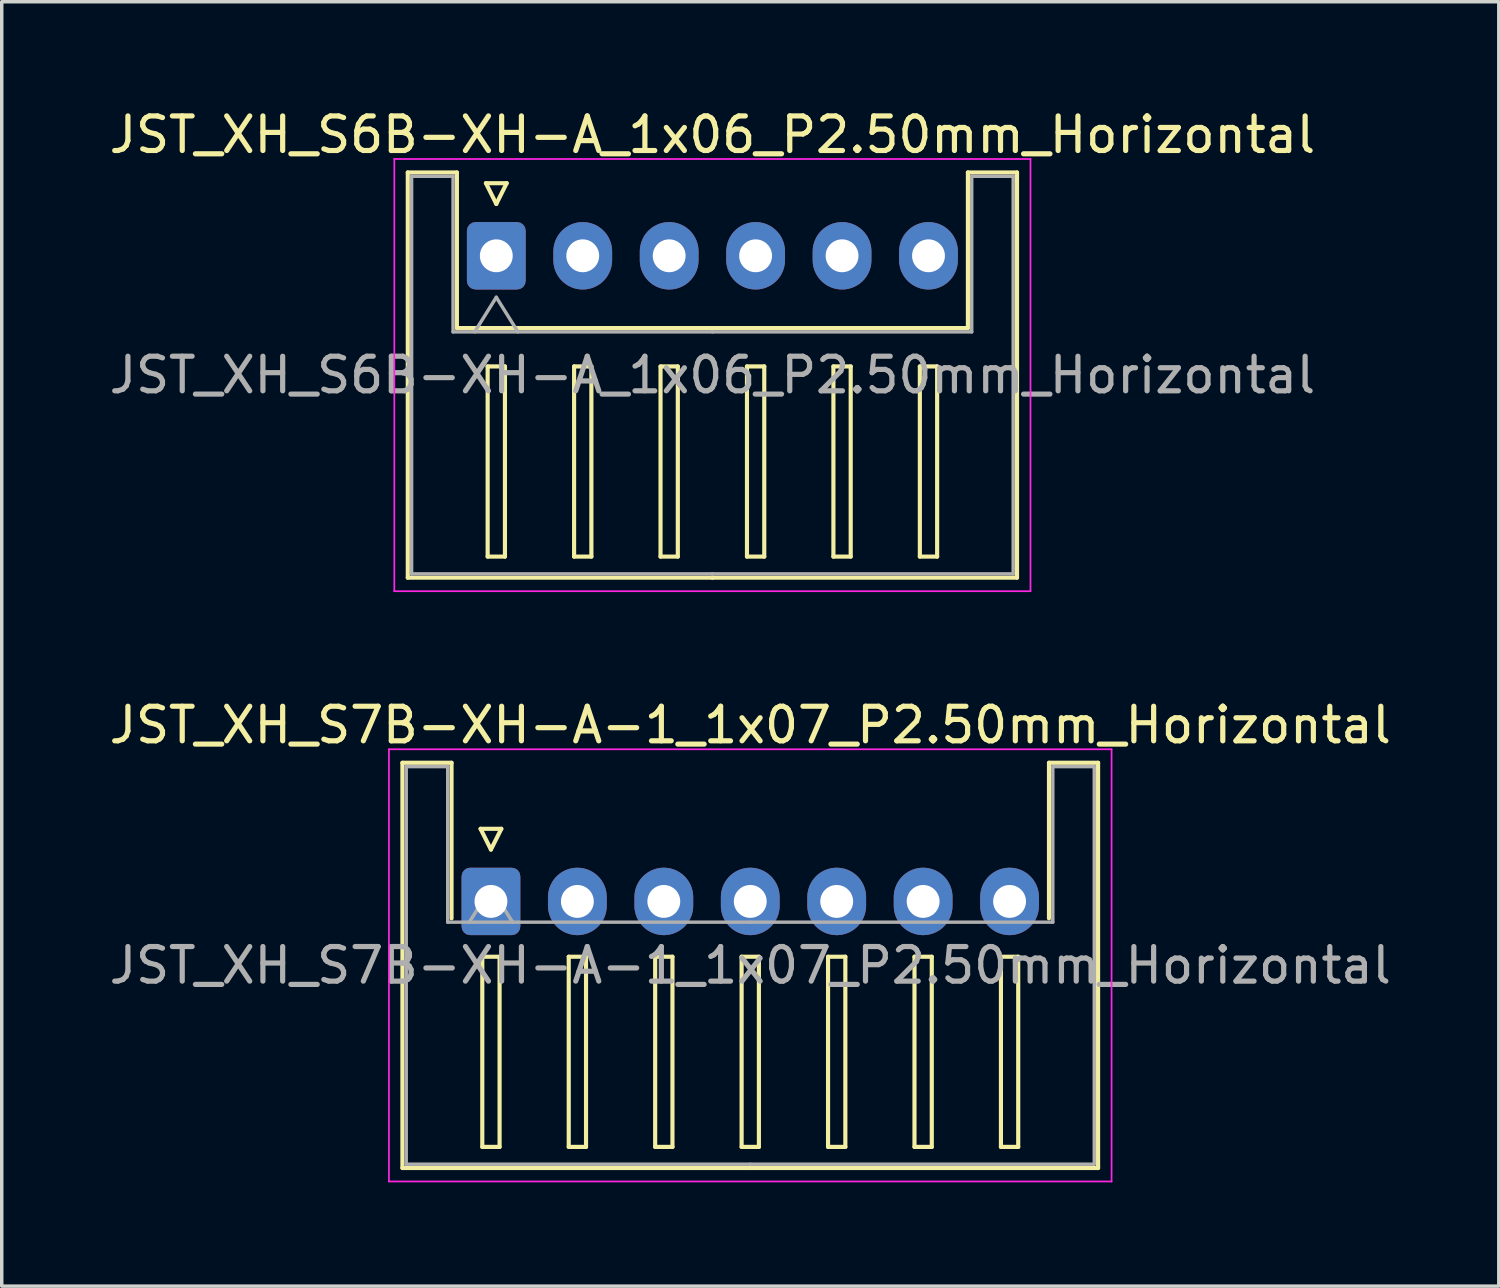
<source format=kicad_pcb>
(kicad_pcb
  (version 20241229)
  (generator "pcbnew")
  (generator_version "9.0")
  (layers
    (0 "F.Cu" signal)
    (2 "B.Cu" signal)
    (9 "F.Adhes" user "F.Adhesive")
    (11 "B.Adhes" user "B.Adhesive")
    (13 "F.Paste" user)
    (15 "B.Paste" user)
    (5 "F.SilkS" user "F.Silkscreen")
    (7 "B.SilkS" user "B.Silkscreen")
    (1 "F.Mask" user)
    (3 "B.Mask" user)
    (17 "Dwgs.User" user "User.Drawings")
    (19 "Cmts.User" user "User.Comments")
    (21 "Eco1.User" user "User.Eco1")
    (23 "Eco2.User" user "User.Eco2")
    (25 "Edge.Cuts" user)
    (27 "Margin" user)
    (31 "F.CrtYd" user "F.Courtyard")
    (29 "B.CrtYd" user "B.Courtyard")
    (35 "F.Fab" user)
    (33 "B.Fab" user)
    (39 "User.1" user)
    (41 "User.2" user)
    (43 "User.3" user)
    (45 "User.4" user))
  (footprint "JST_XH_S6B-XH-A_1x06_P2.50mm_Horizontal"
    (layer "F.Cu")
    (at 11.304 4.348)
    (property "Reference" "JST_XH_S6B-XH-A_1x06_P2.50mm_Horizontal" (at 6.25 -3.5 0) (layer "F.SilkS") (effects (font (size 1 1) (thickness 0.15))))
    (attr through_hole)
    (fp_line (start -2.56 -2.41) (end -1.14 -2.41) (stroke (width 0.12) (type solid)) (layer "F.SilkS"))
    (fp_line (start -2.56 9.31) (end -2.56 -2.41) (stroke (width 0.12) (type solid)) (layer "F.SilkS"))
    (fp_line (start -1.14 -2.41) (end -1.14 2.09) (stroke (width 0.12) (type solid)) (layer "F.SilkS"))
    (fp_line (start -1.14 2.09) (end 6.25 2.09) (stroke (width 0.12) (type solid)) (layer "F.SilkS"))
    (fp_line (start -0.3 -2.1) (end 0.3 -2.1) (stroke (width 0.12) (type solid)) (layer "F.SilkS"))
    (fp_line (start -0.25 3.2) (end -0.25 8.7) (stroke (width 0.12) (type solid)) (layer "F.SilkS"))
    (fp_line (start -0.25 8.7) (end 0.25 8.7) (stroke (width 0.12) (type solid)) (layer "F.SilkS"))
    (fp_line (start 0 -1.5) (end -0.3 -2.1) (stroke (width 0.12) (type solid)) (layer "F.SilkS"))
    (fp_line (start 0.25 3.2) (end -0.25 3.2) (stroke (width 0.12) (type solid)) (layer "F.SilkS"))
    (fp_line (start 0.25 8.7) (end 0.25 3.2) (stroke (width 0.12) (type solid)) (layer "F.SilkS"))
    (fp_line (start 0.3 -2.1) (end 0 -1.5) (stroke (width 0.12) (type solid)) (layer "F.SilkS"))
    (fp_line (start 2.25 3.2) (end 2.25 8.7) (stroke (width 0.12) (type solid)) (layer "F.SilkS"))
    (fp_line (start 2.25 8.7) (end 2.75 8.7) (stroke (width 0.12) (type solid)) (layer "F.SilkS"))
    (fp_line (start 2.75 3.2) (end 2.25 3.2) (stroke (width 0.12) (type solid)) (layer "F.SilkS"))
    (fp_line (start 2.75 8.7) (end 2.75 3.2) (stroke (width 0.12) (type solid)) (layer "F.SilkS"))
    (fp_line (start 4.75 3.2) (end 4.75 8.7) (stroke (width 0.12) (type solid)) (layer "F.SilkS"))
    (fp_line (start 4.75 8.7) (end 5.25 8.7) (stroke (width 0.12) (type solid)) (layer "F.SilkS"))
    (fp_line (start 5.25 3.2) (end 4.75 3.2) (stroke (width 0.12) (type solid)) (layer "F.SilkS"))
    (fp_line (start 5.25 8.7) (end 5.25 3.2) (stroke (width 0.12) (type solid)) (layer "F.SilkS"))
    (fp_line (start 6.25 9.31) (end -2.56 9.31) (stroke (width 0.12) (type solid)) (layer "F.SilkS"))
    (fp_line (start 6.25 9.31) (end 15.06 9.31) (stroke (width 0.12) (type solid)) (layer "F.SilkS"))
    (fp_line (start 7.25 3.2) (end 7.25 8.7) (stroke (width 0.12) (type solid)) (layer "F.SilkS"))
    (fp_line (start 7.25 8.7) (end 7.75 8.7) (stroke (width 0.12) (type solid)) (layer "F.SilkS"))
    (fp_line (start 7.75 3.2) (end 7.25 3.2) (stroke (width 0.12) (type solid)) (layer "F.SilkS"))
    (fp_line (start 7.75 8.7) (end 7.75 3.2) (stroke (width 0.12) (type solid)) (layer "F.SilkS"))
    (fp_line (start 9.75 3.2) (end 9.75 8.7) (stroke (width 0.12) (type solid)) (layer "F.SilkS"))
    (fp_line (start 9.75 8.7) (end 10.25 8.7) (stroke (width 0.12) (type solid)) (layer "F.SilkS"))
    (fp_line (start 10.25 3.2) (end 9.75 3.2) (stroke (width 0.12) (type solid)) (layer "F.SilkS"))
    (fp_line (start 10.25 8.7) (end 10.25 3.2) (stroke (width 0.12) (type solid)) (layer "F.SilkS"))
    (fp_line (start 12.25 3.2) (end 12.25 8.7) (stroke (width 0.12) (type solid)) (layer "F.SilkS"))
    (fp_line (start 12.25 8.7) (end 12.75 8.7) (stroke (width 0.12) (type solid)) (layer "F.SilkS"))
    (fp_line (start 12.75 3.2) (end 12.25 3.2) (stroke (width 0.12) (type solid)) (layer "F.SilkS"))
    (fp_line (start 12.75 8.7) (end 12.75 3.2) (stroke (width 0.12) (type solid)) (layer "F.SilkS"))
    (fp_line (start 13.64 -2.41) (end 13.64 2.09) (stroke (width 0.12) (type solid)) (layer "F.SilkS"))
    (fp_line (start 13.64 2.09) (end 6.25 2.09) (stroke (width 0.12) (type solid)) (layer "F.SilkS"))
    (fp_line (start 15.06 -2.41) (end 13.64 -2.41) (stroke (width 0.12) (type solid)) (layer "F.SilkS"))
    (fp_line (start 15.06 9.31) (end 15.06 -2.41) (stroke (width 0.12) (type solid)) (layer "F.SilkS"))
    (fp_line (start -2.95 -2.8) (end -2.95 9.7) (stroke (width 0.05) (type solid)) (layer "F.CrtYd"))
    (fp_line (start -2.95 9.7) (end 15.45 9.7) (stroke (width 0.05) (type solid)) (layer "F.CrtYd"))
    (fp_line (start 15.45 -2.8) (end -2.95 -2.8) (stroke (width 0.05) (type solid)) (layer "F.CrtYd"))
    (fp_line (start 15.45 9.7) (end 15.45 -2.8) (stroke (width 0.05) (type solid)) (layer "F.CrtYd"))
    (fp_line (start -2.45 -2.3) (end -1.25 -2.3) (stroke (width 0.1) (type solid)) (layer "F.Fab"))
    (fp_line (start -2.45 9.2) (end -2.45 -2.3) (stroke (width 0.1) (type solid)) (layer "F.Fab"))
    (fp_line (start -1.25 -2.3) (end -1.25 2.2) (stroke (width 0.1) (type solid)) (layer "F.Fab"))
    (fp_line (start -1.25 2.2) (end 6.25 2.2) (stroke (width 0.1) (type solid)) (layer "F.Fab"))
    (fp_line (start -0.625 2.2) (end 0 1.2) (stroke (width 0.1) (type solid)) (layer "F.Fab"))
    (fp_line (start 0 1.2) (end 0.625 2.2) (stroke (width 0.1) (type solid)) (layer "F.Fab"))
    (fp_line (start 6.25 9.2) (end -2.45 9.2) (stroke (width 0.1) (type solid)) (layer "F.Fab"))
    (fp_line (start 6.25 9.2) (end 14.95 9.2) (stroke (width 0.1) (type solid)) (layer "F.Fab"))
    (fp_line (start 13.75 -2.3) (end 13.75 2.2) (stroke (width 0.1) (type solid)) (layer "F.Fab"))
    (fp_line (start 13.75 2.2) (end 6.25 2.2) (stroke (width 0.1) (type solid)) (layer "F.Fab"))
    (fp_line (start 14.95 -2.3) (end 13.75 -2.3) (stroke (width 0.1) (type solid)) (layer "F.Fab"))
    (fp_line (start 14.95 9.2) (end 14.95 -2.3) (stroke (width 0.1) (type solid)) (layer "F.Fab"))
    (fp_text user "${REFERENCE}" (at 6.25 3.45 0) (layer "F.Fab") (effects (font (size 1 1) (thickness 0.15))))
    (pad "1" thru_hole roundrect (at 0 0) (size 1.7 1.95) (drill 0.95) (layers "*.Cu" "*.Mask") (roundrect_rratio 0.147))
    (pad "2" thru_hole oval (at 2.5 0) (size 1.7 1.95) (drill 0.95) (layers "*.Cu" "*.Mask"))
    (pad "3" thru_hole oval (at 5 0) (size 1.7 1.95) (drill 0.95) (layers "*.Cu" "*.Mask"))
    (pad "4" thru_hole oval (at 7.5 0) (size 1.7 1.95) (drill 0.95) (layers "*.Cu" "*.Mask"))
    (pad "5" thru_hole oval (at 10 0) (size 1.7 1.95) (drill 0.95) (layers "*.Cu" "*.Mask"))
    (pad "6" thru_hole oval (at 12.5 0) (size 1.7 1.95) (drill 0.95) (layers "*.Cu" "*.Mask")))
  (footprint "JST_XH_S7B-XH-A-1_1x07_P2.50mm_Horizontal"
    (layer "F.Cu")
    (at 11.149 23.021)
    (property "Reference" "JST_XH_S7B-XH-A-1_1x07_P2.50mm_Horizontal" (at 7.5 -5.1 0) (layer "F.SilkS") (effects (font (size 1 1) (thickness 0.15))))
    (attr through_hole)
    (fp_line (start -2.56 -4.01) (end -1.14 -4.01) (stroke (width 0.12) (type solid)) (layer "F.SilkS"))
    (fp_line (start -2.56 7.71) (end -2.56 -4.01) (stroke (width 0.12) (type solid)) (layer "F.SilkS"))
    (fp_line (start -1.14 -4.01) (end -1.14 0.49) (stroke (width 0.12) (type solid)) (layer "F.SilkS"))
    (fp_line (start -0.3 -2.1) (end 0.3 -2.1) (stroke (width 0.12) (type solid)) (layer "F.SilkS"))
    (fp_line (start -0.25 1.6) (end -0.25 7.1) (stroke (width 0.12) (type solid)) (layer "F.SilkS"))
    (fp_line (start -0.25 7.1) (end 0.25 7.1) (stroke (width 0.12) (type solid)) (layer "F.SilkS"))
    (fp_line (start 0 -1.5) (end -0.3 -2.1) (stroke (width 0.12) (type solid)) (layer "F.SilkS"))
    (fp_line (start 0.25 1.6) (end -0.25 1.6) (stroke (width 0.12) (type solid)) (layer "F.SilkS"))
    (fp_line (start 0.25 7.1) (end 0.25 1.6) (stroke (width 0.12) (type solid)) (layer "F.SilkS"))
    (fp_line (start 0.3 -2.1) (end 0 -1.5) (stroke (width 0.12) (type solid)) (layer "F.SilkS"))
    (fp_line (start 2.25 1.6) (end 2.25 7.1) (stroke (width 0.12) (type solid)) (layer "F.SilkS"))
    (fp_line (start 2.25 7.1) (end 2.75 7.1) (stroke (width 0.12) (type solid)) (layer "F.SilkS"))
    (fp_line (start 2.75 1.6) (end 2.25 1.6) (stroke (width 0.12) (type solid)) (layer "F.SilkS"))
    (fp_line (start 2.75 7.1) (end 2.75 1.6) (stroke (width 0.12) (type solid)) (layer "F.SilkS"))
    (fp_line (start 4.75 1.6) (end 4.75 7.1) (stroke (width 0.12) (type solid)) (layer "F.SilkS"))
    (fp_line (start 4.75 7.1) (end 5.25 7.1) (stroke (width 0.12) (type solid)) (layer "F.SilkS"))
    (fp_line (start 5.25 1.6) (end 4.75 1.6) (stroke (width 0.12) (type solid)) (layer "F.SilkS"))
    (fp_line (start 5.25 7.1) (end 5.25 1.6) (stroke (width 0.12) (type solid)) (layer "F.SilkS"))
    (fp_line (start 7.25 1.6) (end 7.25 7.1) (stroke (width 0.12) (type solid)) (layer "F.SilkS"))
    (fp_line (start 7.25 7.1) (end 7.75 7.1) (stroke (width 0.12) (type solid)) (layer "F.SilkS"))
    (fp_line (start 7.5 7.71) (end -2.56 7.71) (stroke (width 0.12) (type solid)) (layer "F.SilkS"))
    (fp_line (start 7.5 7.71) (end 17.56 7.71) (stroke (width 0.12) (type solid)) (layer "F.SilkS"))
    (fp_line (start 7.75 1.6) (end 7.25 1.6) (stroke (width 0.12) (type solid)) (layer "F.SilkS"))
    (fp_line (start 7.75 7.1) (end 7.75 1.6) (stroke (width 0.12) (type solid)) (layer "F.SilkS"))
    (fp_line (start 9.75 1.6) (end 9.75 7.1) (stroke (width 0.12) (type solid)) (layer "F.SilkS"))
    (fp_line (start 9.75 7.1) (end 10.25 7.1) (stroke (width 0.12) (type solid)) (layer "F.SilkS"))
    (fp_line (start 10.25 1.6) (end 9.75 1.6) (stroke (width 0.12) (type solid)) (layer "F.SilkS"))
    (fp_line (start 10.25 7.1) (end 10.25 1.6) (stroke (width 0.12) (type solid)) (layer "F.SilkS"))
    (fp_line (start 12.25 1.6) (end 12.25 7.1) (stroke (width 0.12) (type solid)) (layer "F.SilkS"))
    (fp_line (start 12.25 7.1) (end 12.75 7.1) (stroke (width 0.12) (type solid)) (layer "F.SilkS"))
    (fp_line (start 12.75 1.6) (end 12.25 1.6) (stroke (width 0.12) (type solid)) (layer "F.SilkS"))
    (fp_line (start 12.75 7.1) (end 12.75 1.6) (stroke (width 0.12) (type solid)) (layer "F.SilkS"))
    (fp_line (start 14.75 1.6) (end 14.75 7.1) (stroke (width 0.12) (type solid)) (layer "F.SilkS"))
    (fp_line (start 14.75 7.1) (end 15.25 7.1) (stroke (width 0.12) (type solid)) (layer "F.SilkS"))
    (fp_line (start 15.25 1.6) (end 14.75 1.6) (stroke (width 0.12) (type solid)) (layer "F.SilkS"))
    (fp_line (start 15.25 7.1) (end 15.25 1.6) (stroke (width 0.12) (type solid)) (layer "F.SilkS"))
    (fp_line (start 16.14 -4.01) (end 16.14 0.49) (stroke (width 0.12) (type solid)) (layer "F.SilkS"))
    (fp_line (start 17.56 -4.01) (end 16.14 -4.01) (stroke (width 0.12) (type solid)) (layer "F.SilkS"))
    (fp_line (start 17.56 7.71) (end 17.56 -4.01) (stroke (width 0.12) (type solid)) (layer "F.SilkS"))
    (fp_line (start -2.95 -4.4) (end -2.95 8.1) (stroke (width 0.05) (type solid)) (layer "F.CrtYd"))
    (fp_line (start -2.95 8.1) (end 17.95 8.1) (stroke (width 0.05) (type solid)) (layer "F.CrtYd"))
    (fp_line (start 17.95 -4.4) (end -2.95 -4.4) (stroke (width 0.05) (type solid)) (layer "F.CrtYd"))
    (fp_line (start 17.95 8.1) (end 17.95 -4.4) (stroke (width 0.05) (type solid)) (layer "F.CrtYd"))
    (fp_line (start -2.45 -3.9) (end -1.25 -3.9) (stroke (width 0.1) (type solid)) (layer "F.Fab"))
    (fp_line (start -2.45 7.6) (end -2.45 -3.9) (stroke (width 0.1) (type solid)) (layer "F.Fab"))
    (fp_line (start -1.25 -3.9) (end -1.25 0.6) (stroke (width 0.1) (type solid)) (layer "F.Fab"))
    (fp_line (start -1.25 0.6) (end 7.5 0.6) (stroke (width 0.1) (type solid)) (layer "F.Fab"))
    (fp_line (start -0.625 0.6) (end 0 -0.4) (stroke (width 0.1) (type solid)) (layer "F.Fab"))
    (fp_line (start 0 -0.4) (end 0.625 0.6) (stroke (width 0.1) (type solid)) (layer "F.Fab"))
    (fp_line (start 7.5 7.6) (end -2.45 7.6) (stroke (width 0.1) (type solid)) (layer "F.Fab"))
    (fp_line (start 7.5 7.6) (end 17.45 7.6) (stroke (width 0.1) (type solid)) (layer "F.Fab"))
    (fp_line (start 16.25 -3.9) (end 16.25 0.6) (stroke (width 0.1) (type solid)) (layer "F.Fab"))
    (fp_line (start 16.25 0.6) (end 7.5 0.6) (stroke (width 0.1) (type solid)) (layer "F.Fab"))
    (fp_line (start 17.45 -3.9) (end 16.25 -3.9) (stroke (width 0.1) (type solid)) (layer "F.Fab"))
    (fp_line (start 17.45 7.6) (end 17.45 -3.9) (stroke (width 0.1) (type solid)) (layer "F.Fab"))
    (fp_text user "${REFERENCE}" (at 7.5 1.85 0) (layer "F.Fab") (effects (font (size 1 1) (thickness 0.15))))
    (pad "1" thru_hole roundrect (at 0 0) (size 1.7 1.95) (drill 0.95) (layers "*.Cu" "*.Mask") (roundrect_rratio 0.147))
    (pad "2" thru_hole oval (at 2.5 0) (size 1.7 1.95) (drill 0.95) (layers "*.Cu" "*.Mask"))
    (pad "3" thru_hole oval (at 5 0) (size 1.7 1.95) (drill 0.95) (layers "*.Cu" "*.Mask"))
    (pad "4" thru_hole oval (at 7.5 0) (size 1.7 1.95) (drill 0.95) (layers "*.Cu" "*.Mask"))
    (pad "5" thru_hole oval (at 10 0) (size 1.7 1.95) (drill 0.95) (layers "*.Cu" "*.Mask"))
    (pad "6" thru_hole oval (at 12.5 0) (size 1.7 1.95) (drill 0.95) (layers "*.Cu" "*.Mask"))
    (pad "7" thru_hole oval (at 15 0) (size 1.7 1.95) (drill 0.95) (layers "*.Cu" "*.Mask")))
  (gr_rect
    (start -3 -3)
    (end 40.298 34.147)
    (stroke (width 0.1) (type default))
    (fill no)
    (layer "Edge.Cuts")))
</source>
